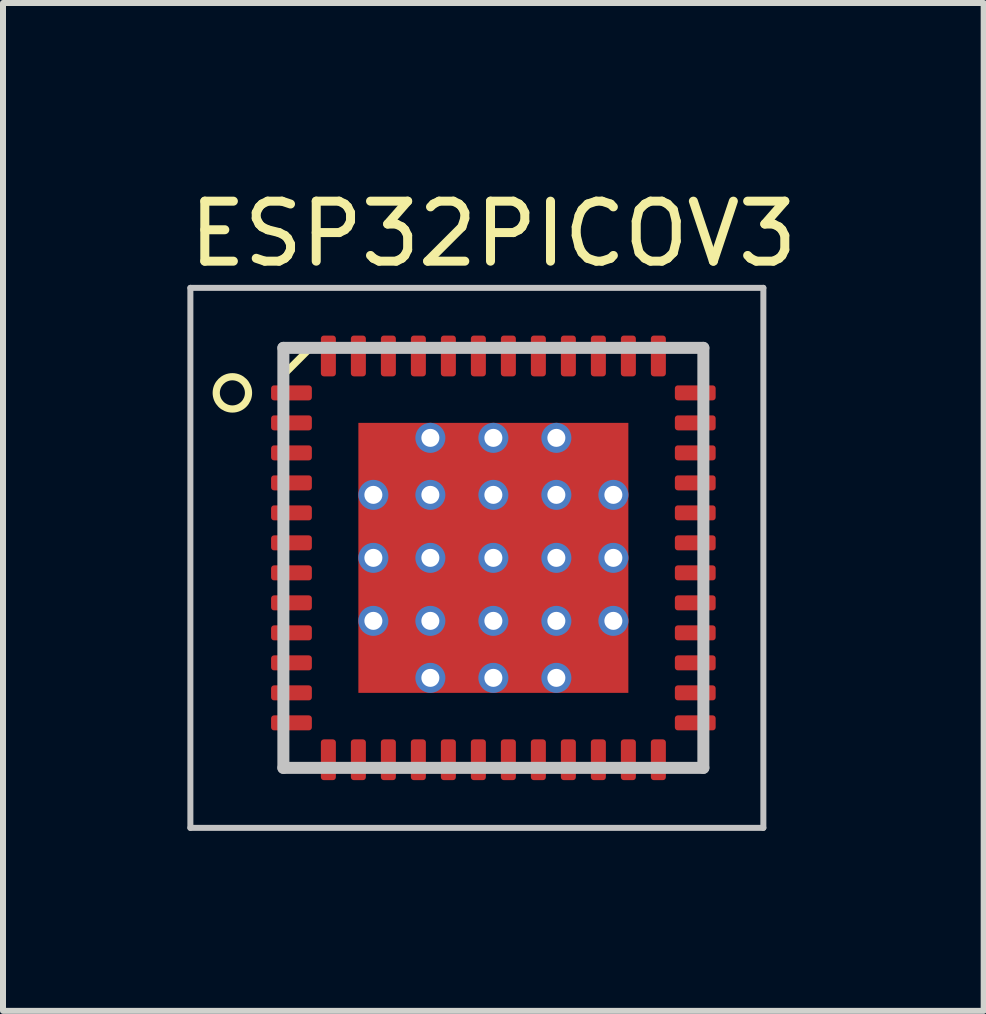
<source format=kicad_pcb>
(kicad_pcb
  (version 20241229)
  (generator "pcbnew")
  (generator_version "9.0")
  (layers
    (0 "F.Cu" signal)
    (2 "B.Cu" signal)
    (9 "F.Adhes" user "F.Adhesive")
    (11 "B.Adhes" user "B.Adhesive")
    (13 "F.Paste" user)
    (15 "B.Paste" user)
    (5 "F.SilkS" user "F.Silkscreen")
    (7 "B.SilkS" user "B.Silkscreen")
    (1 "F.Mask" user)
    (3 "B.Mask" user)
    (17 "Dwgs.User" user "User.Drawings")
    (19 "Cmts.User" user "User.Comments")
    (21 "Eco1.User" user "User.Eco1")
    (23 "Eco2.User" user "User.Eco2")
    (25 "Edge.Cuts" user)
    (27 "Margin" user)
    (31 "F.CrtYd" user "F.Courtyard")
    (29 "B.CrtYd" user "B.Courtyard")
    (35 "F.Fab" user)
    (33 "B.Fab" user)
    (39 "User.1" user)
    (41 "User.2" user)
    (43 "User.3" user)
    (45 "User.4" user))
  (footprint "ESP32PICOV3"
    (layer "F.Cu")
    (at 5.173 6.248)
    (property "Reference" "ESP32PICOV3" (at 0 -5.4 0) (layer "F.SilkS") (effects (font (size 1 1) (thickness 0.15))))
    (attr smd)
    (fp_line (start -3.5 -3.5) (end -3.5 -3.05) (stroke (width 0.12) (type solid)) (layer "F.SilkS"))
    (fp_line (start -3.5 -3.5) (end -3.05 -3.5) (stroke (width 0.12) (type solid)) (layer "F.SilkS"))
    (fp_line (start -3.5 -3.05) (end -3.5 -3.5) (stroke (width 0.12) (type solid)) (layer "F.SilkS"))
    (fp_line (start -3.5 -3.05) (end -3.05 -3.5) (stroke (width 0.12) (type solid)) (layer "F.SilkS"))
    (fp_line (start -3.5 3.5) (end -3.5 3.05) (stroke (width 0.12) (type solid)) (layer "F.SilkS"))
    (fp_line (start -3.5 3.5) (end -3.05 3.5) (stroke (width 0.12) (type solid)) (layer "F.SilkS"))
    (fp_line (start 3.05 -3.5) (end 3.5 -3.5) (stroke (width 0.12) (type solid)) (layer "F.SilkS"))
    (fp_line (start 3.5 -3.5) (end 3.05 -3.5) (stroke (width 0.12) (type solid)) (layer "F.SilkS"))
    (fp_line (start 3.5 -3.5) (end 3.5 -3.05) (stroke (width 0.12) (type solid)) (layer "F.SilkS"))
    (fp_line (start 3.5 3.5) (end 3.05 3.5) (stroke (width 0.12) (type solid)) (layer "F.SilkS"))
    (fp_line (start 3.5 3.5) (end 3.5 3.05) (stroke (width 0.12) (type solid)) (layer "F.SilkS"))
    (fp_circle (center -4.35 -2.75) (end -4.081 -2.75) (stroke (width 0.12) (type solid)) (fill no) (layer "F.SilkS"))
    (fp_line (start -5.05 -4.5) (end 4.5 -4.5) (stroke (width 0.1) (type solid)) (layer "Dwgs.User"))
    (fp_line (start -5.05 4.5) (end -5.05 -4.5) (stroke (width 0.1) (type solid)) (layer "Dwgs.User"))
    (fp_line (start -3.5 -3.5) (end 3.5 -3.5) (stroke (width 0.2) (type solid)) (layer "Dwgs.User"))
    (fp_line (start -3.5 3.5) (end -3.5 -3.5) (stroke (width 0.2) (type solid)) (layer "Dwgs.User"))
    (fp_line (start 3.5 -3.5) (end 3.5 3.5) (stroke (width 0.2) (type solid)) (layer "Dwgs.User"))
    (fp_line (start 3.5 3.5) (end -3.5 3.5) (stroke (width 0.2) (type solid)) (layer "Dwgs.User"))
    (fp_line (start 4.5 -4.5) (end 4.5 4.5) (stroke (width 0.1) (type solid)) (layer "Dwgs.User"))
    (fp_line (start 4.5 4.5) (end -5.05 4.5) (stroke (width 0.1) (type solid)) (layer "Dwgs.User"))
    (pad "" smd roundrect (at -1.575 -1.575) (size 0.75 0.75) (layers "F.Paste") (roundrect_rratio 0.067))
    (pad "" smd roundrect (at -1.575 -0.525) (size 0.75 0.75) (layers "F.Paste") (roundrect_rratio 0.067))
    (pad "" smd roundrect (at -1.575 0.525) (size 0.75 0.75) (layers "F.Paste") (roundrect_rratio 0.067))
    (pad "" smd roundrect (at -1.575 1.575) (size 0.75 0.75) (layers "F.Paste") (roundrect_rratio 0.067))
    (pad "" smd roundrect (at -0.525 -1.575) (size 0.75 0.75) (layers "F.Paste") (roundrect_rratio 0.067))
    (pad "" smd roundrect (at -0.525 -0.525) (size 0.75 0.75) (layers "F.Paste") (roundrect_rratio 0.067))
    (pad "" smd roundrect (at -0.525 0.525) (size 0.75 0.75) (layers "F.Paste") (roundrect_rratio 0.067))
    (pad "" smd roundrect (at -0.525 1.575) (size 0.75 0.75) (layers "F.Paste") (roundrect_rratio 0.067))
    (pad "" smd roundrect (at 0.525 -1.575) (size 0.75 0.75) (layers "F.Paste") (roundrect_rratio 0.067))
    (pad "" smd roundrect (at 0.525 -0.525) (size 0.75 0.75) (layers "F.Paste") (roundrect_rratio 0.067))
    (pad "" smd roundrect (at 0.525 0.525) (size 0.75 0.75) (layers "F.Paste") (roundrect_rratio 0.067))
    (pad "" smd roundrect (at 0.525 1.575) (size 0.75 0.75) (layers "F.Paste") (roundrect_rratio 0.067))
    (pad "" smd roundrect (at 1.575 -1.575) (size 0.75 0.75) (layers "F.Paste") (roundrect_rratio 0.067))
    (pad "" smd roundrect (at 1.575 -0.525) (size 0.75 0.75) (layers "F.Paste") (roundrect_rratio 0.067))
    (pad "" smd roundrect (at 1.575 0.525) (size 0.75 0.75) (layers "F.Paste") (roundrect_rratio 0.067))
    (pad "" smd roundrect (at 1.575 1.575) (size 0.75 0.75) (layers "F.Paste") (roundrect_rratio 0.067))
    (pad "1" smd roundrect (at -3.365 -2.75 90) (size 0.25 0.68) (layers "F.Cu" "F.Mask" "F.Paste") (roundrect_rratio 0.2))
    (pad "2" smd roundrect (at -3.365 -2.25 90) (size 0.25 0.68) (layers "F.Cu" "F.Mask" "F.Paste") (roundrect_rratio 0.2))
    (pad "3" smd roundrect (at -3.365 -1.75 90) (size 0.25 0.68) (layers "F.Cu" "F.Mask" "F.Paste") (roundrect_rratio 0.2))
    (pad "4" smd roundrect (at -3.365 -1.25 90) (size 0.25 0.68) (layers "F.Cu" "F.Mask" "F.Paste") (roundrect_rratio 0.2))
    (pad "5" smd roundrect (at -3.365 -0.75 90) (size 0.25 0.68) (layers "F.Cu" "F.Mask" "F.Paste") (roundrect_rratio 0.2))
    (pad "6" smd roundrect (at -3.365 -0.25 90) (size 0.25 0.68) (layers "F.Cu" "F.Mask" "F.Paste") (roundrect_rratio 0.2))
    (pad "7" smd roundrect (at -3.365 0.25 90) (size 0.25 0.68) (layers "F.Cu" "F.Mask" "F.Paste") (roundrect_rratio 0.2))
    (pad "8" smd roundrect (at -3.365 0.75 90) (size 0.25 0.68) (layers "F.Cu" "F.Mask" "F.Paste") (roundrect_rratio 0.2))
    (pad "9" smd roundrect (at -3.365 1.25 90) (size 0.25 0.68) (layers "F.Cu" "F.Mask" "F.Paste") (roundrect_rratio 0.2))
    (pad "10" smd roundrect (at -3.365 1.75 90) (size 0.25 0.68) (layers "F.Cu" "F.Mask" "F.Paste") (roundrect_rratio 0.2))
    (pad "11" smd roundrect (at -3.365 2.25 90) (size 0.25 0.68) (layers "F.Cu" "F.Mask" "F.Paste") (roundrect_rratio 0.2))
    (pad "12" smd roundrect (at -3.365 2.75 90) (size 0.25 0.68) (layers "F.Cu" "F.Mask" "F.Paste") (roundrect_rratio 0.2))
    (pad "13" smd roundrect (at -2.75 3.365) (size 0.25 0.68) (layers "F.Cu" "F.Mask" "F.Paste") (roundrect_rratio 0.2))
    (pad "14" smd roundrect (at -2.25 3.365) (size 0.25 0.68) (layers "F.Cu" "F.Mask" "F.Paste") (roundrect_rratio 0.2))
    (pad "15" smd roundrect (at -1.75 3.365) (size 0.25 0.68) (layers "F.Cu" "F.Mask" "F.Paste") (roundrect_rratio 0.2))
    (pad "16" smd roundrect (at -1.25 3.365) (size 0.25 0.68) (layers "F.Cu" "F.Mask" "F.Paste") (roundrect_rratio 0.2))
    (pad "17" smd roundrect (at -0.75 3.365) (size 0.25 0.68) (layers "F.Cu" "F.Mask" "F.Paste") (roundrect_rratio 0.2))
    (pad "18" smd roundrect (at -0.25 3.365) (size 0.25 0.68) (layers "F.Cu" "F.Mask" "F.Paste") (roundrect_rratio 0.2))
    (pad "19" smd roundrect (at 0.25 3.365) (size 0.25 0.68) (layers "F.Cu" "F.Mask" "F.Paste") (roundrect_rratio 0.2))
    (pad "20" smd roundrect (at 0.75 3.365) (size 0.25 0.68) (layers "F.Cu" "F.Mask" "F.Paste") (roundrect_rratio 0.2))
    (pad "21" smd roundrect (at 1.25 3.365) (size 0.25 0.68) (layers "F.Cu" "F.Mask" "F.Paste") (roundrect_rratio 0.2))
    (pad "22" smd roundrect (at 1.75 3.365) (size 0.25 0.68) (layers "F.Cu" "F.Mask" "F.Paste") (roundrect_rratio 0.2))
    (pad "23" smd roundrect (at 2.25 3.365) (size 0.25 0.68) (layers "F.Cu" "F.Mask" "F.Paste") (roundrect_rratio 0.2))
    (pad "24" smd roundrect (at 2.75 3.365) (size 0.25 0.68) (layers "F.Cu" "F.Mask" "F.Paste") (roundrect_rratio 0.2))
    (pad "25" smd roundrect (at 3.365 2.75 90) (size 0.25 0.68) (layers "F.Cu" "F.Mask" "F.Paste") (roundrect_rratio 0.2))
    (pad "26" smd roundrect (at 3.365 2.25 90) (size 0.25 0.68) (layers "F.Cu" "F.Mask" "F.Paste") (roundrect_rratio 0.2))
    (pad "27" smd roundrect (at 3.365 1.75 90) (size 0.25 0.68) (layers "F.Cu" "F.Mask" "F.Paste") (roundrect_rratio 0.2))
    (pad "28" smd roundrect (at 3.365 1.25 90) (size 0.25 0.68) (layers "F.Cu" "F.Mask" "F.Paste") (roundrect_rratio 0.2))
    (pad "29" smd roundrect (at 3.365 0.75 90) (size 0.25 0.68) (layers "F.Cu" "F.Mask" "F.Paste") (roundrect_rratio 0.2))
    (pad "30" smd roundrect (at 3.365 0.25 90) (size 0.25 0.68) (layers "F.Cu" "F.Mask" "F.Paste") (roundrect_rratio 0.2))
    (pad "31" smd roundrect (at 3.365 -0.25 90) (size 0.25 0.68) (layers "F.Cu" "F.Mask" "F.Paste") (roundrect_rratio 0.2))
    (pad "32" smd roundrect (at 3.365 -0.75 90) (size 0.25 0.68) (layers "F.Cu" "F.Mask" "F.Paste") (roundrect_rratio 0.2))
    (pad "33" smd roundrect (at 3.365 -1.25 90) (size 0.25 0.68) (layers "F.Cu" "F.Mask" "F.Paste") (roundrect_rratio 0.2))
    (pad "34" smd roundrect (at 3.365 -1.75 90) (size 0.25 0.68) (layers "F.Cu" "F.Mask" "F.Paste") (roundrect_rratio 0.2))
    (pad "35" smd roundrect (at 3.365 -2.25 90) (size 0.25 0.68) (layers "F.Cu" "F.Mask" "F.Paste") (roundrect_rratio 0.2))
    (pad "36" smd roundrect (at 3.365 -2.75 90) (size 0.25 0.68) (layers "F.Cu" "F.Mask" "F.Paste") (roundrect_rratio 0.2))
    (pad "37" smd roundrect (at 2.75 -3.365) (size 0.25 0.68) (layers "F.Cu" "F.Mask" "F.Paste") (roundrect_rratio 0.2))
    (pad "38" smd roundrect (at 2.25 -3.365) (size 0.25 0.68) (layers "F.Cu" "F.Mask" "F.Paste") (roundrect_rratio 0.2))
    (pad "39" smd roundrect (at 1.75 -3.365) (size 0.25 0.68) (layers "F.Cu" "F.Mask" "F.Paste") (roundrect_rratio 0.2))
    (pad "40" smd roundrect (at 1.25 -3.365) (size 0.25 0.68) (layers "F.Cu" "F.Mask" "F.Paste") (roundrect_rratio 0.2))
    (pad "41" smd roundrect (at 0.75 -3.365) (size 0.25 0.68) (layers "F.Cu" "F.Mask" "F.Paste") (roundrect_rratio 0.2))
    (pad "42" smd roundrect (at 0.25 -3.365) (size 0.25 0.68) (layers "F.Cu" "F.Mask" "F.Paste") (roundrect_rratio 0.2))
    (pad "43" smd roundrect (at -0.25 -3.365) (size 0.25 0.68) (layers "F.Cu" "F.Mask" "F.Paste") (roundrect_rratio 0.2))
    (pad "44" smd roundrect (at -0.75 -3.365) (size 0.25 0.68) (layers "F.Cu" "F.Mask" "F.Paste") (roundrect_rratio 0.2))
    (pad "45" smd roundrect (at -1.25 -3.365) (size 0.25 0.68) (layers "F.Cu" "F.Mask" "F.Paste") (roundrect_rratio 0.2))
    (pad "46" smd roundrect (at -1.75 -3.365) (size 0.25 0.68) (layers "F.Cu" "F.Mask" "F.Paste") (roundrect_rratio 0.2))
    (pad "47" smd roundrect (at -2.25 -3.365) (size 0.25 0.68) (layers "F.Cu" "F.Mask" "F.Paste") (roundrect_rratio 0.2))
    (pad "48" smd roundrect (at -2.75 -3.365) (size 0.25 0.68) (layers "F.Cu" "F.Mask" "F.Paste") (roundrect_rratio 0.2))
    (pad "49" thru_hole circle (at -2 -1.05) (size 0.5 0.5) (drill 0.3) (layers "*.Cu"))
    (pad "49" thru_hole circle (at -2 0) (size 0.5 0.5) (drill 0.3) (layers "*.Cu"))
    (pad "49" thru_hole circle (at -2 1.05) (size 0.5 0.5) (drill 0.3) (layers "*.Cu"))
    (pad "49" thru_hole circle (at -1.05 -2) (size 0.5 0.5) (drill 0.3) (layers "*.Cu"))
    (pad "49" thru_hole circle (at -1.05 -1.05) (size 0.5 0.5) (drill 0.3) (layers "*.Cu"))
    (pad "49" thru_hole circle (at -1.05 0) (size 0.5 0.5) (drill 0.3) (layers "*.Cu"))
    (pad "49" thru_hole circle (at -1.05 1.05) (size 0.5 0.5) (drill 0.3) (layers "*.Cu"))
    (pad "49" thru_hole circle (at -1.05 2) (size 0.5 0.5) (drill 0.3) (layers "*.Cu"))
    (pad "49" thru_hole circle (at 0 -2) (size 0.5 0.5) (drill 0.3) (layers "*.Cu"))
    (pad "49" thru_hole circle (at 0 -1.05) (size 0.5 0.5) (drill 0.3) (layers "*.Cu"))
    (pad "49" thru_hole circle (at 0 0) (size 0.5 0.5) (drill 0.3) (layers "*.Cu"))
    (pad "49" smd rect (at 0 0) (size 4.5 4.5) (layers "F.Cu" "F.Mask"))
    (pad "49" thru_hole circle (at 0 1.05) (size 0.5 0.5) (drill 0.3) (layers "*.Cu"))
    (pad "49" thru_hole circle (at 0 2) (size 0.5 0.5) (drill 0.3) (layers "*.Cu"))
    (pad "49" thru_hole circle (at 1.05 -2) (size 0.5 0.5) (drill 0.3) (layers "*.Cu"))
    (pad "49" thru_hole circle (at 1.05 -1.05) (size 0.5 0.5) (drill 0.3) (layers "*.Cu"))
    (pad "49" thru_hole circle (at 1.05 0) (size 0.5 0.5) (drill 0.3) (layers "*.Cu"))
    (pad "49" thru_hole circle (at 1.05 1.05) (size 0.5 0.5) (drill 0.3) (layers "*.Cu"))
    (pad "49" thru_hole circle (at 1.05 2) (size 0.5 0.5) (drill 0.3) (layers "*.Cu"))
    (pad "49" thru_hole circle (at 2 -1.05) (size 0.5 0.5) (drill 0.3) (layers "*.Cu"))
    (pad "49" thru_hole circle (at 2 0) (size 0.5 0.5) (drill 0.3) (layers "*.Cu"))
    (pad "49" thru_hole circle (at 2 1.05) (size 0.5 0.5) (drill 0.3) (layers "*.Cu")))
  (gr_rect
    (start -3 -3)
    (end 13.345 13.798)
    (stroke (width 0.1) (type default))
    (fill no)
    (layer "Edge.Cuts")))
</source>
